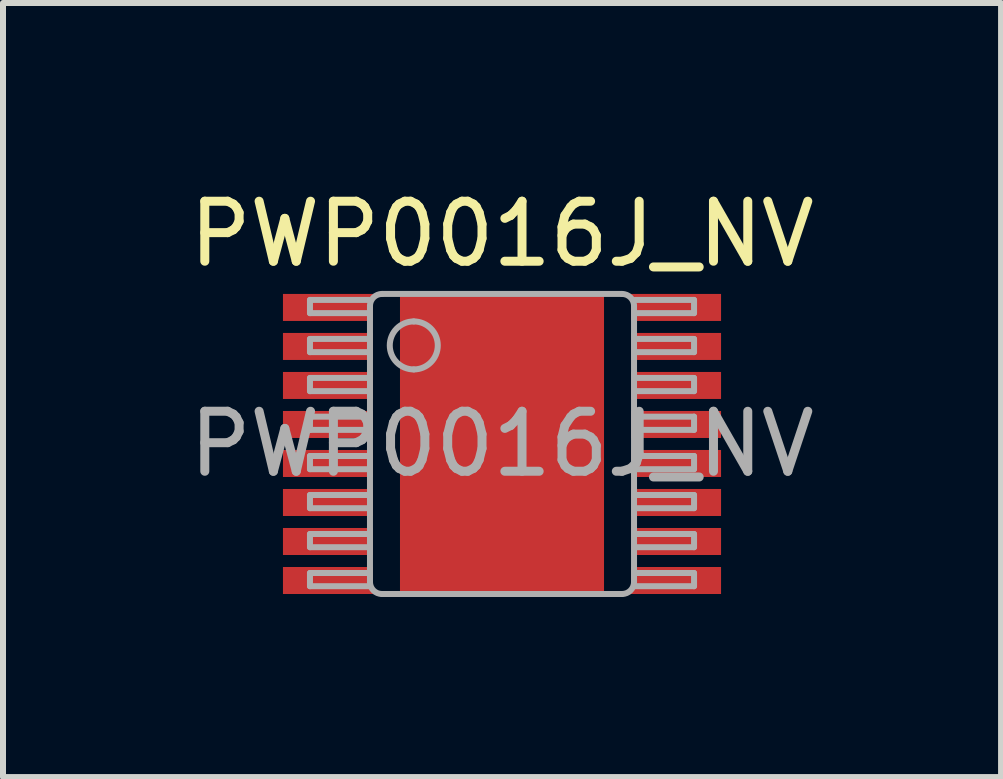
<source format=kicad_pcb>
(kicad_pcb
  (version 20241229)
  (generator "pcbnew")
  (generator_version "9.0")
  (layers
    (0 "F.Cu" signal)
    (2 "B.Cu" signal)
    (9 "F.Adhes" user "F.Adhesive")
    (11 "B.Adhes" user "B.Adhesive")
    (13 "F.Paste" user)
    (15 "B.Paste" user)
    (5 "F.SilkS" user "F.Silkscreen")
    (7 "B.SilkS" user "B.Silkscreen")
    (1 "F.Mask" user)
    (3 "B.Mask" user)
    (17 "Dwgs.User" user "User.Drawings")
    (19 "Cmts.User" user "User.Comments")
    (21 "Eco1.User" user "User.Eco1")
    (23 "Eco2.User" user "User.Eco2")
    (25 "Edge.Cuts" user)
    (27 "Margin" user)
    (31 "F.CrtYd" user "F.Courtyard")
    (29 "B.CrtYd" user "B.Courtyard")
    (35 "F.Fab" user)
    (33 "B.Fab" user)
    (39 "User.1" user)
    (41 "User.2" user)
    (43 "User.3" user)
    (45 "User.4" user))
  (footprint "PWP0016J_NV"
    (layer "F.Cu")
    (at 5.315 4.348)
    (property "Reference" "PWP0016J_NV" (at 0 -3.5 0) (unlocked yes) (layer "F.SilkS") (effects (font (size 1 1) (thickness 0.15))))
    (attr smd)
    (fp_poly (pts (xy -1.23 1.726) (xy -1.23 -1.726) (xy -1.229 -1.735) (xy -1.226 -1.745) (xy -1.222 -1.753) (xy -1.216 -1.761) (xy -1.208 -1.767) (xy -1.2 -1.771) (xy -1.19 -1.774) (xy -1.181 -1.775) (xy 1.181 -1.775) (xy 1.19 -1.774) (xy 1.2 -1.771) (xy 1.208 -1.767) (xy 1.216 -1.761) (xy 1.222 -1.753) (xy 1.226 -1.745) (xy 1.229 -1.735) (xy 1.23 -1.726) (xy 1.23 1.726) (xy 1.229 1.735) (xy 1.226 1.745) (xy 1.222 1.753) (xy 1.216 1.761) (xy 1.208 1.767) (xy 1.2 1.771) (xy 1.19 1.774) (xy 1.181 1.775) (xy -1.181 1.775) (xy -1.19 1.774) (xy -1.2 1.771) (xy -1.208 1.767) (xy -1.216 1.761) (xy -1.222 1.753) (xy -1.226 1.745) (xy -1.229 1.735)) (stroke (width 0) (type solid)) (fill yes) (layer "F.Mask"))
    (fp_rect (start -1.35 -0.15) (end 1.35 0.15) (stroke (width 0) (type solid)) (fill yes) (layer "F.Paste"))
    (fp_poly (pts (xy -2.215 -2.435) (xy -2.2 -2.4) (xy -2.2 -2.15) (xy -2.215 -2.115) (xy -2.25 -2.1) (xy -3.55 -2.1) (xy -3.585 -2.115) (xy -3.6 -2.15) (xy -3.6 -2.15) (xy -3.6 -2.4) (xy -3.6 -2.4) (xy -3.585 -2.435) (xy -3.55 -2.45) (xy -2.25 -2.45)) (stroke (width 0) (type solid)) (fill yes) (layer "F.Paste"))
    (fp_poly (pts (xy -2.215 -1.785) (xy -2.2 -1.75) (xy -2.2 -1.5) (xy -2.215 -1.465) (xy -2.25 -1.45) (xy -3.55 -1.45) (xy -3.585 -1.465) (xy -3.6 -1.5) (xy -3.6 -1.5) (xy -3.6 -1.75) (xy -3.6 -1.75) (xy -3.585 -1.785) (xy -3.55 -1.8) (xy -2.25 -1.8)) (stroke (width 0) (type solid)) (fill yes) (layer "F.Paste"))
    (fp_poly (pts (xy -2.215 -1.135) (xy -2.2 -1.1) (xy -2.2 -0.85) (xy -2.215 -0.815) (xy -2.25 -0.8) (xy -3.55 -0.8) (xy -3.585 -0.815) (xy -3.6 -0.85) (xy -3.6 -0.85) (xy -3.6 -1.1) (xy -3.6 -1.1) (xy -3.585 -1.135) (xy -3.55 -1.15) (xy -2.25 -1.15)) (stroke (width 0) (type solid)) (fill yes) (layer "F.Paste"))
    (fp_poly (pts (xy -2.215 -0.485) (xy -2.2 -0.45) (xy -2.2 -0.2) (xy -2.215 -0.165) (xy -2.25 -0.15) (xy -3.55 -0.15) (xy -3.585 -0.165) (xy -3.6 -0.2) (xy -3.6 -0.2) (xy -3.6 -0.45) (xy -3.6 -0.45) (xy -3.585 -0.485) (xy -3.55 -0.5) (xy -2.25 -0.5)) (stroke (width 0) (type solid)) (fill yes) (layer "F.Paste"))
    (fp_poly (pts (xy -2.215 0.165) (xy -2.2 0.2) (xy -2.2 0.45) (xy -2.215 0.485) (xy -2.25 0.5) (xy -3.55 0.5) (xy -3.585 0.485) (xy -3.6 0.45) (xy -3.6 0.45) (xy -3.6 0.2) (xy -3.6 0.2) (xy -3.585 0.165) (xy -3.55 0.15) (xy -2.25 0.15)) (stroke (width 0) (type solid)) (fill yes) (layer "F.Paste"))
    (fp_poly (pts (xy -2.215 0.815) (xy -2.2 0.85) (xy -2.2 1.1) (xy -2.215 1.135) (xy -2.25 1.15) (xy -3.55 1.15) (xy -3.585 1.135) (xy -3.6 1.1) (xy -3.6 1.1) (xy -3.6 0.85) (xy -3.6 0.85) (xy -3.585 0.815) (xy -3.55 0.8) (xy -2.25 0.8)) (stroke (width 0) (type solid)) (fill yes) (layer "F.Paste"))
    (fp_poly (pts (xy -2.215 1.465) (xy -2.2 1.5) (xy -2.2 1.75) (xy -2.215 1.785) (xy -2.25 1.8) (xy -3.55 1.8) (xy -3.585 1.785) (xy -3.6 1.75) (xy -3.6 1.75) (xy -3.6 1.5) (xy -3.6 1.5) (xy -3.585 1.465) (xy -3.55 1.45) (xy -2.25 1.45)) (stroke (width 0) (type solid)) (fill yes) (layer "F.Paste"))
    (fp_poly (pts (xy -2.215 2.115) (xy -2.2 2.15) (xy -2.2 2.4) (xy -2.215 2.435) (xy -2.25 2.45) (xy -3.55 2.45) (xy -3.585 2.435) (xy -3.6 2.4) (xy -3.6 2.4) (xy -3.6 2.15) (xy -3.6 2.15) (xy -3.585 2.115) (xy -3.55 2.1) (xy -2.25 2.1)) (stroke (width 0) (type solid)) (fill yes) (layer "F.Paste"))
    (fp_poly (pts (xy 3.6 -2.435) (xy 3.615 -2.4) (xy 3.615 -2.15) (xy 3.6 -2.115) (xy 3.565 -2.1) (xy 2.265 -2.1) (xy 2.229 -2.115) (xy 2.215 -2.15) (xy 2.215 -2.15) (xy 2.215 -2.4) (xy 2.215 -2.4) (xy 2.229 -2.435) (xy 2.265 -2.45) (xy 3.565 -2.45)) (stroke (width 0) (type solid)) (fill yes) (layer "F.Paste"))
    (fp_poly (pts (xy 3.6 -1.785) (xy 3.615 -1.75) (xy 3.615 -1.5) (xy 3.6 -1.465) (xy 3.565 -1.45) (xy 2.265 -1.45) (xy 2.229 -1.465) (xy 2.215 -1.5) (xy 2.215 -1.5) (xy 2.215 -1.75) (xy 2.215 -1.75) (xy 2.229 -1.785) (xy 2.265 -1.8) (xy 3.565 -1.8)) (stroke (width 0) (type solid)) (fill yes) (layer "F.Paste"))
    (fp_poly (pts (xy 3.6 -1.135) (xy 3.615 -1.1) (xy 3.615 -0.85) (xy 3.6 -0.815) (xy 3.565 -0.8) (xy 2.265 -0.8) (xy 2.229 -0.815) (xy 2.215 -0.85) (xy 2.215 -0.85) (xy 2.215 -1.1) (xy 2.215 -1.1) (xy 2.229 -1.135) (xy 2.265 -1.15) (xy 3.565 -1.15)) (stroke (width 0) (type solid)) (fill yes) (layer "F.Paste"))
    (fp_poly (pts (xy 3.6 -0.485) (xy 3.615 -0.45) (xy 3.615 -0.2) (xy 3.6 -0.165) (xy 3.565 -0.15) (xy 2.265 -0.15) (xy 2.229 -0.165) (xy 2.215 -0.2) (xy 2.215 -0.2) (xy 2.215 -0.45) (xy 2.215 -0.45) (xy 2.229 -0.485) (xy 2.265 -0.5) (xy 3.565 -0.5)) (stroke (width 0) (type solid)) (fill yes) (layer "F.Paste"))
    (fp_poly (pts (xy 3.6 0.165) (xy 3.615 0.2) (xy 3.615 0.45) (xy 3.6 0.485) (xy 3.565 0.5) (xy 2.265 0.5) (xy 2.229 0.485) (xy 2.215 0.45) (xy 2.215 0.45) (xy 2.215 0.2) (xy 2.215 0.2) (xy 2.229 0.165) (xy 2.265 0.15) (xy 3.565 0.15)) (stroke (width 0) (type solid)) (fill yes) (layer "F.Paste"))
    (fp_poly (pts (xy 3.6 0.815) (xy 3.615 0.85) (xy 3.615 1.1) (xy 3.6 1.135) (xy 3.565 1.15) (xy 2.265 1.15) (xy 2.229 1.135) (xy 2.215 1.1) (xy 2.215 1.1) (xy 2.215 0.85) (xy 2.215 0.85) (xy 2.229 0.815) (xy 2.265 0.8) (xy 3.565 0.8)) (stroke (width 0) (type solid)) (fill yes) (layer "F.Paste"))
    (fp_poly (pts (xy 3.6 1.465) (xy 3.615 1.5) (xy 3.615 1.75) (xy 3.6 1.785) (xy 3.565 1.8) (xy 2.265 1.8) (xy 2.229 1.785) (xy 2.215 1.75) (xy 2.215 1.75) (xy 2.215 1.5) (xy 2.215 1.5) (xy 2.229 1.465) (xy 2.265 1.45) (xy 3.565 1.45)) (stroke (width 0) (type solid)) (fill yes) (layer "F.Paste"))
    (fp_poly (pts (xy 3.6 2.115) (xy 3.615 2.15) (xy 3.615 2.4) (xy 3.6 2.435) (xy 3.565 2.45) (xy 2.265 2.45) (xy 2.229 2.435) (xy 2.215 2.4) (xy 2.215 2.4) (xy 2.215 2.15) (xy 2.215 2.15) (xy 2.229 2.115) (xy 2.265 2.1) (xy 3.565 2.1)) (stroke (width 0) (type solid)) (fill yes) (layer "F.Paste"))
    (fp_poly (pts (xy 1.074 -1.98) (xy 1.185 -1.924) (xy 1.274 -1.835) (xy 1.33 -1.724) (xy 1.35 -1.6) (xy 1.35 1.6) (xy 1.33 1.724) (xy 1.274 1.835) (xy 1.185 1.924) (xy 1.074 1.98) (xy 0.95 2) (xy -0.95 2) (xy -1.074 1.98) (xy -1.185 1.924) (xy -1.274 1.835) (xy -1.33 1.724) (xy -1.35 1.6) (xy -1.35 -1.6) (xy -1.33 -1.724) (xy -1.274 -1.835) (xy -1.185 -1.924) (xy -1.074 -1.98) (xy -0.95 -2) (xy 0.95 -2)) (stroke (width 0) (type solid)) (fill yes) (layer "F.Paste"))
    (fp_line (start -3.2 -2.4) (end -2.216 -2.4) (stroke (width 0.1) (type solid)) (layer "F.Fab"))
    (fp_line (start -3.2 -2.18) (end -3.2 -2.4) (stroke (width 0.1) (type solid)) (layer "F.Fab"))
    (fp_line (start -3.2 -2.18) (end -2.216 -2.18) (stroke (width 0.1) (type solid)) (layer "F.Fab"))
    (fp_line (start -3.2 -1.75) (end -2.216 -1.75) (stroke (width 0.1) (type solid)) (layer "F.Fab"))
    (fp_line (start -3.2 -1.53) (end -3.2 -1.75) (stroke (width 0.1) (type solid)) (layer "F.Fab"))
    (fp_line (start -3.2 -1.53) (end -2.216 -1.53) (stroke (width 0.1) (type solid)) (layer "F.Fab"))
    (fp_line (start -3.2 -1.1) (end -2.216 -1.1) (stroke (width 0.1) (type solid)) (layer "F.Fab"))
    (fp_line (start -3.2 -0.88) (end -3.2 -1.1) (stroke (width 0.1) (type solid)) (layer "F.Fab"))
    (fp_line (start -3.2 -0.88) (end -2.216 -0.88) (stroke (width 0.1) (type solid)) (layer "F.Fab"))
    (fp_line (start -3.2 -0.455) (end -2.216 -0.455) (stroke (width 0.1) (type solid)) (layer "F.Fab"))
    (fp_line (start -3.2 -0.235) (end -3.2 -0.455) (stroke (width 0.1) (type solid)) (layer "F.Fab"))
    (fp_line (start -3.2 -0.235) (end -2.216 -0.235) (stroke (width 0.1) (type solid)) (layer "F.Fab"))
    (fp_line (start -3.2 0.2) (end -2.216 0.2) (stroke (width 0.1) (type solid)) (layer "F.Fab"))
    (fp_line (start -3.2 0.42) (end -3.2 0.2) (stroke (width 0.1) (type solid)) (layer "F.Fab"))
    (fp_line (start -3.2 0.42) (end -2.216 0.42) (stroke (width 0.1) (type solid)) (layer "F.Fab"))
    (fp_line (start -3.2 0.85) (end -2.216 0.85) (stroke (width 0.1) (type solid)) (layer "F.Fab"))
    (fp_line (start -3.2 1.07) (end -3.2 0.85) (stroke (width 0.1) (type solid)) (layer "F.Fab"))
    (fp_line (start -3.2 1.07) (end -2.216 1.07) (stroke (width 0.1) (type solid)) (layer "F.Fab"))
    (fp_line (start -3.2 1.5) (end -2.216 1.5) (stroke (width 0.1) (type solid)) (layer "F.Fab"))
    (fp_line (start -3.2 1.72) (end -3.2 1.5) (stroke (width 0.1) (type solid)) (layer "F.Fab"))
    (fp_line (start -3.2 1.72) (end -2.216 1.72) (stroke (width 0.1) (type solid)) (layer "F.Fab"))
    (fp_line (start -3.2 2.15) (end -2.216 2.15) (stroke (width 0.1) (type solid)) (layer "F.Fab"))
    (fp_line (start -3.2 2.37) (end -3.2 2.15) (stroke (width 0.1) (type solid)) (layer "F.Fab"))
    (fp_line (start -3.2 2.37) (end -2.216 2.37) (stroke (width 0.1) (type solid)) (layer "F.Fab"))
    (fp_line (start -2.2 2.3) (end -2.2 -2.3) (stroke (width 0.1) (type solid)) (layer "F.Fab"))
    (fp_line (start -2 -2.5) (end 2 -2.5) (stroke (width 0.1) (type solid)) (layer "F.Fab"))
    (fp_line (start -2 2.5) (end 2 2.5) (stroke (width 0.1) (type solid)) (layer "F.Fab"))
    (fp_line (start 2.2 2.3) (end 2.2 -2.3) (stroke (width 0.1) (type solid)) (layer "F.Fab"))
    (fp_line (start 2.216 -2.4) (end 3.2 -2.4) (stroke (width 0.1) (type solid)) (layer "F.Fab"))
    (fp_line (start 2.216 -2.18) (end 3.2 -2.18) (stroke (width 0.1) (type solid)) (layer "F.Fab"))
    (fp_line (start 2.216 -1.75) (end 3.2 -1.75) (stroke (width 0.1) (type solid)) (layer "F.Fab"))
    (fp_line (start 2.216 -1.53) (end 3.2 -1.53) (stroke (width 0.1) (type solid)) (layer "F.Fab"))
    (fp_line (start 2.216 -1.1) (end 3.2 -1.1) (stroke (width 0.1) (type solid)) (layer "F.Fab"))
    (fp_line (start 2.216 -0.88) (end 3.2 -0.88) (stroke (width 0.1) (type solid)) (layer "F.Fab"))
    (fp_line (start 2.216 -0.455) (end 3.2 -0.455) (stroke (width 0.1) (type solid)) (layer "F.Fab"))
    (fp_line (start 2.216 -0.235) (end 3.2 -0.235) (stroke (width 0.1) (type solid)) (layer "F.Fab"))
    (fp_line (start 2.216 0.2) (end 3.2 0.2) (stroke (width 0.1) (type solid)) (layer "F.Fab"))
    (fp_line (start 2.216 0.42) (end 3.2 0.42) (stroke (width 0.1) (type solid)) (layer "F.Fab"))
    (fp_line (start 2.216 0.85) (end 3.2 0.85) (stroke (width 0.1) (type solid)) (layer "F.Fab"))
    (fp_line (start 2.216 1.07) (end 3.2 1.07) (stroke (width 0.1) (type solid)) (layer "F.Fab"))
    (fp_line (start 2.216 1.5) (end 3.2 1.5) (stroke (width 0.1) (type solid)) (layer "F.Fab"))
    (fp_line (start 2.216 1.72) (end 3.2 1.72) (stroke (width 0.1) (type solid)) (layer "F.Fab"))
    (fp_line (start 2.216 2.15) (end 3.2 2.15) (stroke (width 0.1) (type solid)) (layer "F.Fab"))
    (fp_line (start 2.216 2.37) (end 3.2 2.37) (stroke (width 0.1) (type solid)) (layer "F.Fab"))
    (fp_line (start 3.2 -2.18) (end 3.2 -2.4) (stroke (width 0.1) (type solid)) (layer "F.Fab"))
    (fp_line (start 3.2 -1.53) (end 3.2 -1.75) (stroke (width 0.1) (type solid)) (layer "F.Fab"))
    (fp_line (start 3.2 -0.88) (end 3.2 -1.1) (stroke (width 0.1) (type solid)) (layer "F.Fab"))
    (fp_line (start 3.2 -0.235) (end 3.2 -0.455) (stroke (width 0.1) (type solid)) (layer "F.Fab"))
    (fp_line (start 3.2 0.42) (end 3.2 0.2) (stroke (width 0.1) (type solid)) (layer "F.Fab"))
    (fp_line (start 3.2 1.07) (end 3.2 0.85) (stroke (width 0.1) (type solid)) (layer "F.Fab"))
    (fp_line (start 3.2 1.72) (end 3.2 1.5) (stroke (width 0.1) (type solid)) (layer "F.Fab"))
    (fp_line (start 3.2 2.37) (end 3.2 2.15) (stroke (width 0.1) (type solid)) (layer "F.Fab"))
    (fp_arc (start -2.200001 -2.3) (mid -2.141422 -2.441422) (end -2.000001 -2.5) (stroke (width 0.1) (type solid)) (layer "F.Fab"))
    (fp_arc (start -2.000001 2.5) (mid -2.141422 2.441422) (end -2.200001 2.3) (stroke (width 0.1) (type solid)) (layer "F.Fab"))
    (fp_arc (start -1.470139 -2.041987) (mid -1.07014 -1.641988) (end -1.470139 -1.241989) (stroke (width 0.1) (type solid)) (layer "F.Fab"))
    (fp_arc (start -1.470139 -1.241989) (mid -1.870139 -1.641988) (end -1.470139 -2.041987) (stroke (width 0.1) (type solid)) (layer "F.Fab"))
    (fp_arc (start 2.000001 -2.5) (mid 2.141422 -2.441422) (end 2.200001 -2.3) (stroke (width 0.1) (type solid)) (layer "F.Fab"))
    (fp_arc (start 2.200001 2.3) (mid 2.141422 2.441422) (end 2.000001 2.5) (stroke (width 0.1) (type solid)) (layer "F.Fab"))
    (fp_text user "${REFERENCE}" (at 0 0 0) (unlocked yes) (layer "F.Fab") (effects (font (size 1 1) (thickness 0.15))))
    (pad "1" smd rect (at -2.9 -2.275 90) (size 0.45 1.5) (layers "F.Cu" "F.Mask"))
    (pad "2" smd rect (at -2.9 -1.625 90) (size 0.45 1.5) (layers "F.Cu" "F.Mask"))
    (pad "3" smd rect (at -2.9 -0.975 90) (size 0.45 1.5) (layers "F.Cu" "F.Mask"))
    (pad "4" smd rect (at -2.9 -0.325 90) (size 0.45 1.5) (layers "F.Cu" "F.Mask"))
    (pad "5" smd rect (at -2.9 0.325 90) (size 0.45 1.5) (layers "F.Cu" "F.Mask"))
    (pad "6" smd rect (at -2.9 0.975 90) (size 0.45 1.5) (layers "F.Cu" "F.Mask"))
    (pad "7" smd rect (at -2.9 1.625 90) (size 0.45 1.5) (layers "F.Cu" "F.Mask"))
    (pad "8" smd rect (at -2.9 2.275 90) (size 0.45 1.5) (layers "F.Cu" "F.Mask"))
    (pad "9" smd rect (at 2.9 2.275 90) (size 0.45 1.5) (layers "F.Cu" "F.Mask"))
    (pad "10" smd rect (at 2.9 1.625 90) (size 0.45 1.5) (layers "F.Cu" "F.Mask"))
    (pad "11" smd rect (at 2.9 0.975 90) (size 0.45 1.5) (layers "F.Cu" "F.Mask"))
    (pad "12" smd rect (at 2.9 0.325 90) (size 0.45 1.5) (layers "F.Cu" "F.Mask"))
    (pad "13" smd rect (at 2.9 -0.325 90) (size 0.45 1.5) (layers "F.Cu" "F.Mask"))
    (pad "14" smd rect (at 2.9 -0.975 90) (size 0.45 1.5) (layers "F.Cu" "F.Mask"))
    (pad "15" smd rect (at 2.9 -1.625 90) (size 0.45 1.5) (layers "F.Cu" "F.Mask"))
    (pad "16" smd rect (at 2.9 -2.275 90) (size 0.45 1.5) (layers "F.Cu" "F.Mask"))
    (pad "17" smd rect (at 0 0) (size 3.4 5) (layers "F.Cu" "F.Mask")))
  (gr_rect
    (start -3 -3)
    (end 13.631 9.898)
    (stroke (width 0.1) (type default))
    (fill no)
    (layer "Edge.Cuts")))
</source>
